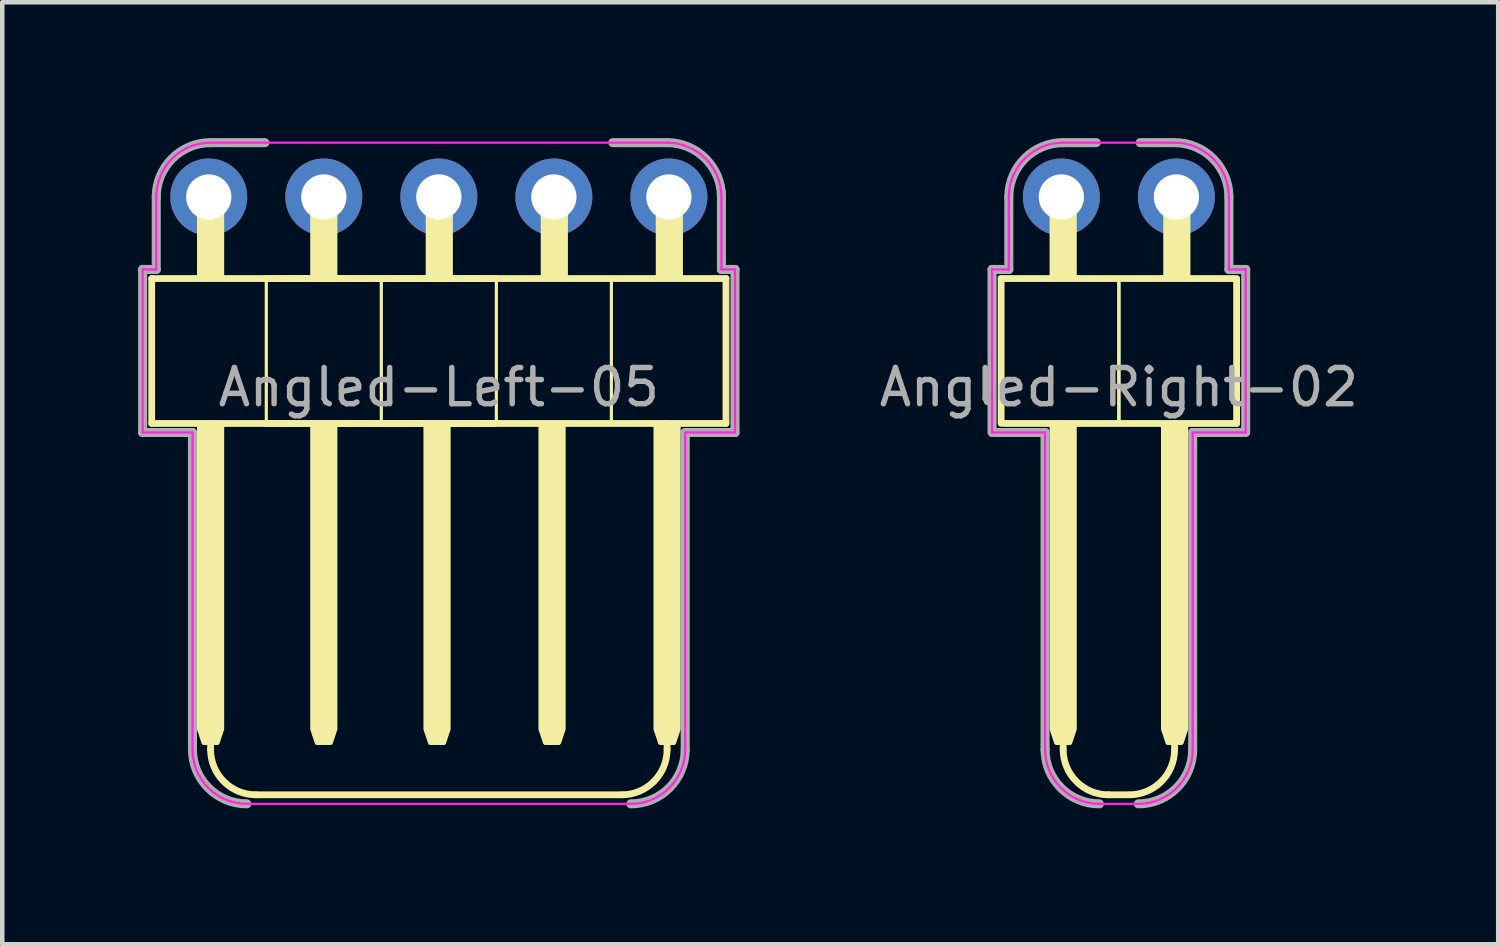
<source format=kicad_pcb>
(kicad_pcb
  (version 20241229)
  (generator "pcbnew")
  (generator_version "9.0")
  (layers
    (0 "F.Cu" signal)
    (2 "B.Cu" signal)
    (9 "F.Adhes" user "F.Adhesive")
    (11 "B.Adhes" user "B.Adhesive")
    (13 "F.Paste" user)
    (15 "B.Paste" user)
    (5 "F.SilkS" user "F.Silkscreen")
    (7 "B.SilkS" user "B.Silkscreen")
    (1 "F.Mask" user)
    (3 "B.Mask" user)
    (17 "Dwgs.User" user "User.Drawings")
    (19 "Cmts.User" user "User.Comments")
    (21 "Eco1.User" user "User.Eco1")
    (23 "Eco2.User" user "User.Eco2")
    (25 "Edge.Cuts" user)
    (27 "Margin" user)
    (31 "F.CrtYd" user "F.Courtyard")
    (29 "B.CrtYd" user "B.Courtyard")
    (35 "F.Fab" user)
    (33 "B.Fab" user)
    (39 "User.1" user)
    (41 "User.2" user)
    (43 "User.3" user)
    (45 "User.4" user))
  (footprint "Angled-Right-02"
    (layer "F.Cu")
    (at 21.656 1.3)
    (property "Reference" "Angled-Right-02" (at 0 4.2 180) (layer "F.Fab") (effects (font (size 0.8 0.8) (thickness 0.12))))
    (attr through_hole)
    (fp_line (start -2.6 1.8) (end -2.6 5) (stroke (width 0.15) (type solid)) (layer "F.SilkS"))
    (fp_line (start -2.6 1.8) (end 2.6 1.8) (stroke (width 0.15) (type solid)) (layer "F.SilkS"))
    (fp_line (start -2.53 5) (end 2.6 5) (stroke (width 0.15) (type solid)) (layer "F.SilkS"))
    (fp_line (start -1.23 5) (end -1.23 12.2) (stroke (width 0.15) (type solid)) (layer "F.SilkS"))
    (fp_line (start -0.23 13.2) (end 0.2 13.2) (stroke (width 0.15) (type solid)) (layer "F.SilkS"))
    (fp_line (start 0 1.8) (end 0 5) (stroke (width 0.07) (type solid)) (layer "F.SilkS"))
    (fp_line (start 0 1.8) (end 0 5) (stroke (width 0.07) (type solid)) (layer "F.SilkS"))
    (fp_line (start 1.23 5) (end 1.23 12.2) (stroke (width 0.15) (type solid)) (layer "F.SilkS"))
    (fp_line (start 2.6 1.831) (end 2.6 5) (stroke (width 0.15) (type solid)) (layer "F.SilkS"))
    (fp_arc (start -0.23 13.2) (mid -0.937107 12.907107) (end -1.23 12.2) (stroke (width 0.15) (type solid)) (layer "F.SilkS"))
    (fp_arc (start 1.23 12.2) (mid 0.937107 12.907107) (end 0.23 13.2) (stroke (width 0.15) (type solid)) (layer "F.SilkS"))
    (fp_poly (pts (xy -0.98 0) (xy -0.98 1.75) (xy -1.48 1.75) (xy -1.48 0) (xy -1.33 -0.15) (xy -1.13 -0.15)) (stroke (width 0.1) (type solid)) (fill yes) (layer "F.SilkS"))
    (fp_poly (pts (xy -0.98 11.75) (xy -1.08 12.05) (xy -1.38 12.05) (xy -1.48 11.75) (xy -1.48 5) (xy -0.98 5)) (stroke (width 0.1) (type solid)) (fill yes) (layer "F.SilkS"))
    (fp_poly (pts (xy 1.48 11.75) (xy 1.38 12.05) (xy 1.08 12.05) (xy 0.98 11.75) (xy 0.98 5) (xy 1.48 5)) (stroke (width 0.1) (type solid)) (fill yes) (layer "F.SilkS"))
    (fp_poly (pts (xy 1.53 0.05) (xy 1.53 1.8) (xy 1.03 1.8) (xy 1.03 0.05) (xy 1.18 -0.1) (xy 1.38 -0.1)) (stroke (width 0.1) (type solid)) (fill yes) (layer "F.SilkS"))
    (fp_line (start -2.8 5.2) (end -2.8 1.6) (stroke (width 0.05) (type solid)) (layer "F.CrtYd"))
    (fp_line (start -2.43 0) (end -2.43 1.6) (stroke (width 0.05) (type solid)) (layer "F.CrtYd"))
    (fp_line (start -2.43 1.6) (end -2.8 1.6) (stroke (width 0.05) (type solid)) (layer "F.CrtYd"))
    (fp_line (start -1.63 5.2) (end -2.8 5.2) (stroke (width 0.05) (type solid)) (layer "F.CrtYd"))
    (fp_line (start -1.63 5.2) (end -1.63 12.2) (stroke (width 0.05) (type solid)) (layer "F.CrtYd"))
    (fp_line (start -1.23 -1.2) (end 1.23 -1.2) (stroke (width 0.05) (type solid)) (layer "F.CrtYd"))
    (fp_line (start 0.43 13.4) (end -0.43 13.4) (stroke (width 0.05) (type solid)) (layer "F.CrtYd"))
    (fp_line (start 1.63 5.2) (end 1.63 12.2) (stroke (width 0.05) (type solid)) (layer "F.CrtYd"))
    (fp_line (start 2.43 1.6) (end 2.43 0) (stroke (width 0.05) (type solid)) (layer "F.CrtYd"))
    (fp_line (start 2.8 1.6) (end 2.43 1.6) (stroke (width 0.05) (type solid)) (layer "F.CrtYd"))
    (fp_line (start 2.8 5.2) (end 1.63 5.2) (stroke (width 0.05) (type solid)) (layer "F.CrtYd"))
    (fp_line (start 2.8 5.2) (end 2.8 1.6) (stroke (width 0.05) (type solid)) (layer "F.CrtYd"))
    (fp_arc (start -2.43 0) (mid -2.078528 -0.848528) (end -1.23 -1.2) (stroke (width 0.05) (type solid)) (layer "F.CrtYd"))
    (fp_arc (start -0.43 13.4) (mid -1.278528 13.048528) (end -1.63 12.2) (stroke (width 0.05) (type solid)) (layer "F.CrtYd"))
    (fp_arc (start 1.23 -1.2) (mid 2.078528 -0.848528) (end 2.43 0) (stroke (width 0.05) (type solid)) (layer "F.CrtYd"))
    (fp_arc (start 1.63 12.2) (mid 1.278528 13.048528) (end 0.43 13.4) (stroke (width 0.05) (type solid)) (layer "F.CrtYd"))
    (fp_line (start -2.8 1.6) (end -2.8 5.2) (stroke (width 0.2) (type solid)) (layer "F.Fab"))
    (fp_line (start -2.8 1.6) (end -2.43 1.6) (stroke (width 0.2) (type solid)) (layer "F.Fab"))
    (fp_line (start -2.73 5.2) (end -1.63 5.2) (stroke (width 0.2) (type solid)) (layer "F.Fab"))
    (fp_line (start -2.43 0) (end -2.43 1.6) (stroke (width 0.2) (type solid)) (layer "F.Fab"))
    (fp_line (start -1.63 5.2) (end -1.63 12.2) (stroke (width 0.2) (type solid)) (layer "F.Fab"))
    (fp_line (start -1.23 -1.2) (end -0.5 -1.2) (stroke (width 0.2) (type solid)) (layer "F.Fab"))
    (fp_line (start 0.47 -1.2) (end 1.2 -1.2) (stroke (width 0.2) (type solid)) (layer "F.Fab"))
    (fp_line (start 1.63 5.2) (end 1.63 12.2) (stroke (width 0.2) (type solid)) (layer "F.Fab"))
    (fp_line (start 1.63 5.2) (end 2.73 5.2) (stroke (width 0.2) (type solid)) (layer "F.Fab"))
    (fp_line (start 2.43 0) (end 2.43 1.6) (stroke (width 0.2) (type solid)) (layer "F.Fab"))
    (fp_line (start 2.43 1.6) (end 2.8 1.6) (stroke (width 0.2) (type solid)) (layer "F.Fab"))
    (fp_line (start 2.8 1.6) (end 2.8 5.2) (stroke (width 0.2) (type solid)) (layer "F.Fab"))
    (fp_arc (start -2.43 0) (mid -2.078528 -0.848528) (end -1.23 -1.2) (stroke (width 0.2) (type solid)) (layer "F.Fab"))
    (fp_arc (start -0.43 13.4) (mid -1.278528 13.048528) (end -1.63 12.2) (stroke (width 0.2) (type solid)) (layer "F.Fab"))
    (fp_arc (start 1.23 -1.2) (mid 2.078528 -0.848528) (end 2.43 0) (stroke (width 0.2) (type solid)) (layer "F.Fab"))
    (fp_arc (start 1.63 12.2) (mid 1.278528 13.048528) (end 0.43 13.4) (stroke (width 0.2) (type solid)) (layer "F.Fab"))
    (pad "1" thru_hole circle (at -1.27 0 90) (size 1.7 1.7) (drill 1) (layers "*.Cu" "*.Mask"))
    (pad "2" thru_hole circle (at 1.27 0 90) (size 1.7 1.7) (drill 1) (layers "*.Cu" "*.Mask")))
  (footprint "Angled-Left-05"
    (layer "F.Cu")
    (at 6.64 1.3)
    (property "Reference" "Angled-Left-05" (at 0 4.2 180) (layer "F.Fab") (effects (font (size 0.8 0.8) (thickness 0.12))))
    (attr through_hole)
    (fp_line (start -6.34 1.8) (end -6.34 5) (stroke (width 0.15) (type solid)) (layer "F.SilkS"))
    (fp_line (start -6.34 1.8) (end 1.26 1.8) (stroke (width 0.15) (type solid)) (layer "F.SilkS"))
    (fp_line (start -6.34 5) (end 1.26 5) (stroke (width 0.15) (type solid)) (layer "F.SilkS"))
    (fp_line (start -5.04 5) (end -5.04 12.2) (stroke (width 0.15) (type solid)) (layer "F.SilkS"))
    (fp_line (start -4.04 13.2) (end 4.04 13.2) (stroke (width 0.15) (type solid)) (layer "F.SilkS"))
    (fp_line (start -3.81 1.8) (end -3.81 5) (stroke (width 0.07) (type solid)) (layer "F.SilkS"))
    (fp_line (start -3.8 1.8) (end 6.34 1.8) (stroke (width 0.15) (type solid)) (layer "F.SilkS"))
    (fp_line (start -3.8 5) (end 6.34 5) (stroke (width 0.15) (type solid)) (layer "F.SilkS"))
    (fp_line (start -1.27 1.8) (end -1.27 5) (stroke (width 0.07) (type solid)) (layer "F.SilkS"))
    (fp_line (start 1.27 1.8) (end 1.27 5) (stroke (width 0.07) (type solid)) (layer "F.SilkS"))
    (fp_line (start 3.81 1.8) (end 3.81 5) (stroke (width 0.07) (type solid)) (layer "F.SilkS"))
    (fp_line (start 5.04 5) (end 5.04 12.2) (stroke (width 0.15) (type solid)) (layer "F.SilkS"))
    (fp_line (start 6.34 1.8) (end 6.34 5) (stroke (width 0.15) (type solid)) (layer "F.SilkS"))
    (fp_arc (start -4.04 13.2) (mid -4.747107 12.907107) (end -5.04 12.2) (stroke (width 0.15) (type solid)) (layer "F.SilkS"))
    (fp_arc (start 5.04 12.2) (mid 4.747107 12.907107) (end 4.04 13.2) (stroke (width 0.15) (type solid)) (layer "F.SilkS"))
    (fp_poly (pts (xy -4.79 0) (xy -4.79 1.75) (xy -5.29 1.75) (xy -5.29 0) (xy -5.14 -0.15) (xy -4.94 -0.15)) (stroke (width 0.1) (type solid)) (fill yes) (layer "F.SilkS"))
    (fp_poly (pts (xy -4.79 11.75) (xy -4.89 12.05) (xy -5.19 12.05) (xy -5.29 11.75) (xy -5.29 5) (xy -4.79 5)) (stroke (width 0.1) (type solid)) (fill yes) (layer "F.SilkS"))
    (fp_poly (pts (xy -2.29 0.05) (xy -2.29 1.8) (xy -2.79 1.8) (xy -2.79 0.05) (xy -2.64 -0.1) (xy -2.44 -0.1)) (stroke (width 0.1) (type solid)) (fill yes) (layer "F.SilkS"))
    (fp_poly (pts (xy -2.29 11.75) (xy -2.39 12.05) (xy -2.69 12.05) (xy -2.79 11.75) (xy -2.79 5) (xy -2.29 5)) (stroke (width 0.1) (type solid)) (fill yes) (layer "F.SilkS"))
    (fp_poly (pts (xy 0.21 11.75) (xy 0.11 12.05) (xy -0.19 12.05) (xy -0.29 11.75) (xy -0.29 5) (xy 0.21 5)) (stroke (width 0.1) (type solid)) (fill yes) (layer "F.SilkS"))
    (fp_poly (pts (xy 0.26 0.05) (xy 0.26 1.8) (xy -0.24 1.8) (xy -0.24 0.05) (xy -0.09 -0.1) (xy 0.11 -0.1)) (stroke (width 0.1) (type solid)) (fill yes) (layer "F.SilkS"))
    (fp_poly (pts (xy 2.75 11.75) (xy 2.65 12.05) (xy 2.35 12.05) (xy 2.25 11.75) (xy 2.25 5) (xy 2.75 5)) (stroke (width 0.1) (type solid)) (fill yes) (layer "F.SilkS"))
    (fp_poly (pts (xy 2.8 0.05) (xy 2.8 1.8) (xy 2.3 1.8) (xy 2.3 0.05) (xy 2.45 -0.1) (xy 2.65 -0.1)) (stroke (width 0.1) (type solid)) (fill yes) (layer "F.SilkS"))
    (fp_poly (pts (xy 5.29 11.75) (xy 5.19 12.05) (xy 4.89 12.05) (xy 4.79 11.75) (xy 4.79 5) (xy 5.29 5)) (stroke (width 0.1) (type solid)) (fill yes) (layer "F.SilkS"))
    (fp_poly (pts (xy 5.34 0.05) (xy 5.34 1.8) (xy 4.84 1.8) (xy 4.84 0.05) (xy 4.99 -0.1) (xy 5.19 -0.1)) (stroke (width 0.1) (type solid)) (fill yes) (layer "F.SilkS"))
    (fp_line (start -6.54 5.2) (end -6.54 1.6) (stroke (width 0.05) (type solid)) (layer "F.CrtYd"))
    (fp_line (start -6.24 0) (end -6.24 1.6) (stroke (width 0.05) (type solid)) (layer "F.CrtYd"))
    (fp_line (start -6.24 1.6) (end -6.54 1.6) (stroke (width 0.05) (type solid)) (layer "F.CrtYd"))
    (fp_line (start -5.44 5.2) (end -6.54 5.2) (stroke (width 0.05) (type solid)) (layer "F.CrtYd"))
    (fp_line (start -5.44 5.2) (end -5.44 12.2) (stroke (width 0.05) (type solid)) (layer "F.CrtYd"))
    (fp_line (start -5.04 -1.2) (end 5.04 -1.2) (stroke (width 0.05) (type solid)) (layer "F.CrtYd"))
    (fp_line (start 4.24 13.4) (end -4.24 13.4) (stroke (width 0.05) (type solid)) (layer "F.CrtYd"))
    (fp_line (start 5.44 5.2) (end 5.44 12.2) (stroke (width 0.05) (type solid)) (layer "F.CrtYd"))
    (fp_line (start 6.24 1.6) (end 6.24 0) (stroke (width 0.05) (type solid)) (layer "F.CrtYd"))
    (fp_line (start 6.54 1.6) (end 6.24 1.6) (stroke (width 0.05) (type solid)) (layer "F.CrtYd"))
    (fp_line (start 6.54 5.2) (end 5.44 5.2) (stroke (width 0.05) (type solid)) (layer "F.CrtYd"))
    (fp_line (start 6.54 5.2) (end 6.54 1.6) (stroke (width 0.05) (type solid)) (layer "F.CrtYd"))
    (fp_arc (start -6.24 0) (mid -5.888528 -0.848528) (end -5.04 -1.2) (stroke (width 0.05) (type solid)) (layer "F.CrtYd"))
    (fp_arc (start -4.24 13.4) (mid -5.088528 13.048528) (end -5.44 12.2) (stroke (width 0.05) (type solid)) (layer "F.CrtYd"))
    (fp_arc (start 5.04 -1.2) (mid 5.888528 -0.848528) (end 6.24 0) (stroke (width 0.05) (type solid)) (layer "F.CrtYd"))
    (fp_arc (start 5.44 12.2) (mid 5.088528 13.048528) (end 4.24 13.4) (stroke (width 0.05) (type solid)) (layer "F.CrtYd"))
    (fp_line (start -6.54 1.6) (end -6.54 5.2) (stroke (width 0.2) (type solid)) (layer "F.Fab"))
    (fp_line (start -6.54 1.6) (end -6.24 1.6) (stroke (width 0.2) (type solid)) (layer "F.Fab"))
    (fp_line (start -6.54 5.2) (end -5.44 5.2) (stroke (width 0.2) (type solid)) (layer "F.Fab"))
    (fp_line (start -6.24 0) (end -6.24 1.6) (stroke (width 0.2) (type solid)) (layer "F.Fab"))
    (fp_line (start -5.44 5.2) (end -5.44 12.2) (stroke (width 0.2) (type solid)) (layer "F.Fab"))
    (fp_line (start -5.04 -1.2) (end -3.84 -1.2) (stroke (width 0.2) (type solid)) (layer "F.Fab"))
    (fp_line (start 3.84 -1.2) (end 5.04 -1.2) (stroke (width 0.2) (type solid)) (layer "F.Fab"))
    (fp_line (start 5.44 5.2) (end 5.44 12.2) (stroke (width 0.2) (type solid)) (layer "F.Fab"))
    (fp_line (start 5.44 5.2) (end 6.54 5.2) (stroke (width 0.2) (type solid)) (layer "F.Fab"))
    (fp_line (start 6.24 -0.1) (end 6.24 1.6) (stroke (width 0.2) (type solid)) (layer "F.Fab"))
    (fp_line (start 6.24 1.6) (end 6.54 1.6) (stroke (width 0.2) (type solid)) (layer "F.Fab"))
    (fp_line (start 6.54 1.6) (end 6.54 5.2) (stroke (width 0.2) (type solid)) (layer "F.Fab"))
    (fp_arc (start -6.24 0) (mid -5.888528 -0.848528) (end -5.04 -1.2) (stroke (width 0.2) (type solid)) (layer "F.Fab"))
    (fp_arc (start -4.24 13.4) (mid -5.088528 13.048528) (end -5.44 12.2) (stroke (width 0.2) (type solid)) (layer "F.Fab"))
    (fp_arc (start 5.04 -1.2) (mid 5.888528 -0.848528) (end 6.24 0) (stroke (width 0.2) (type solid)) (layer "F.Fab"))
    (fp_arc (start 5.44 12.2) (mid 5.088528 13.048528) (end 4.24 13.4) (stroke (width 0.2) (type solid)) (layer "F.Fab"))
    (pad "1" thru_hole circle (at 5.08 0 90) (size 1.7 1.7) (drill 1) (layers "*.Cu" "*.Mask"))
    (pad "2" thru_hole circle (at 2.54 0 90) (size 1.7 1.7) (drill 1) (layers "*.Cu" "*.Mask"))
    (pad "3" thru_hole circle (at 0 0 90) (size 1.7 1.7) (drill 1) (layers "*.Cu" "*.Mask"))
    (pad "4" thru_hole circle (at -2.54 0 90) (size 1.7 1.7) (drill 1) (layers "*.Cu" "*.Mask"))
    (pad "5" thru_hole circle (at -5.08 0 90) (size 1.7 1.7) (drill 1) (layers "*.Cu" "*.Mask")))
  (gr_rect
    (start -3 -3)
    (end 30.032 17.8)
    (stroke (width 0.1) (type default))
    (fill no)
    (layer "Edge.Cuts")))
</source>
